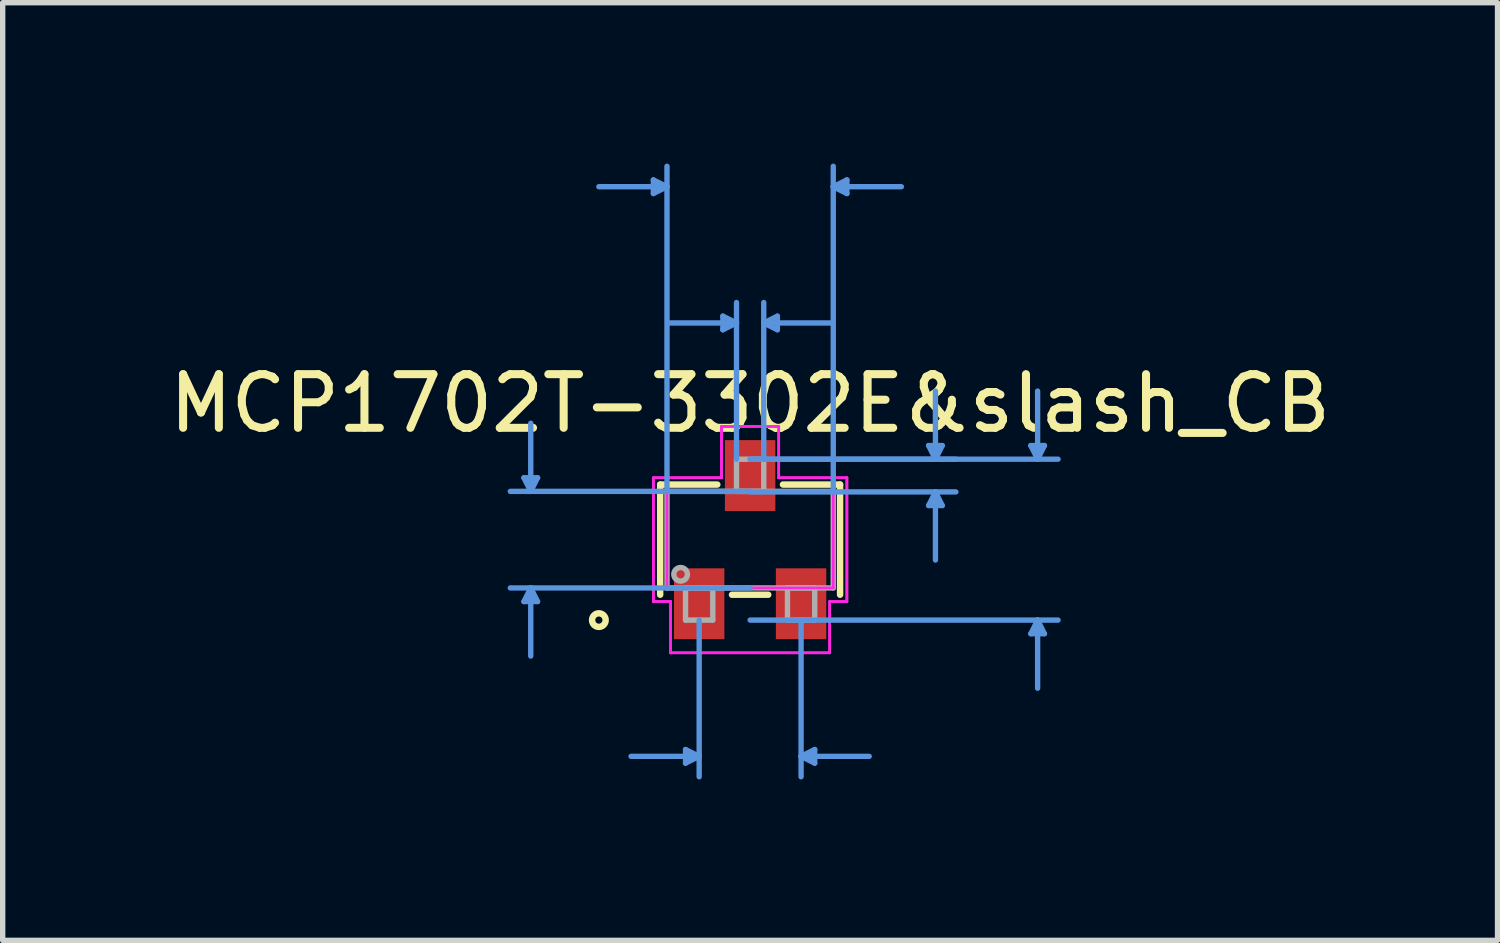
<source format=kicad_pcb>
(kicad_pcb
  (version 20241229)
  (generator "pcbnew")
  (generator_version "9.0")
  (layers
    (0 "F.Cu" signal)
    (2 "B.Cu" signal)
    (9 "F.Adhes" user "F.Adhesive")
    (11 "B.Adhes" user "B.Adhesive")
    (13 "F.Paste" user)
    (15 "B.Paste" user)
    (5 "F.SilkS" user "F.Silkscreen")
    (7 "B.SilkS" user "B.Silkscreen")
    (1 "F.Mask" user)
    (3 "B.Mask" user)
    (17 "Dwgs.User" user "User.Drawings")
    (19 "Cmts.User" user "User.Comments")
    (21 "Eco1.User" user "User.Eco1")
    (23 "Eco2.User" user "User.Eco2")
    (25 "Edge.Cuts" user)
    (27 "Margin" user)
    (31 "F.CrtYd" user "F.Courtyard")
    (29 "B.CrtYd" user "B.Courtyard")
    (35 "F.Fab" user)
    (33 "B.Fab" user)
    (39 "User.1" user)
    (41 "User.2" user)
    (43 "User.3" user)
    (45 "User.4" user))
  (footprint "MCP1702T-3302E&slash_CB"
    (layer "F.Cu")
    (at 10.935 7.011)
    (property "Reference" "MCP1702T-3302E&slash_CB" (at 0 -2.54 0) (layer "F.SilkS") (effects (font (size 1 1) (thickness 0.15))))
    (attr through_hole)
    (fp_line (start -1.677 -1.027) (end -1.677 1.027) (stroke (width 0.12) (type solid)) (layer "F.SilkS"))
    (fp_line (start -0.612 -1.027) (end -1.677 -1.027) (stroke (width 0.12) (type solid)) (layer "F.SilkS"))
    (fp_line (start -0.338 1.027) (end 0.338 1.027) (stroke (width 0.12) (type solid)) (layer "F.SilkS"))
    (fp_line (start 1.677 -1.027) (end 0.612 -1.027) (stroke (width 0.12) (type solid)) (layer "F.SilkS"))
    (fp_line (start 1.677 1.027) (end 1.677 -1.027) (stroke (width 0.12) (type solid)) (layer "F.SilkS"))
    (fp_circle (center -2.82 1.5) (end -2.693 1.5) (stroke (width 0.12) (type solid)) (fill no) (layer "F.SilkS"))
    (fp_line (start -4.217 -1.154) (end -3.963 -1.154) (stroke (width 0.1) (type solid)) (layer "Cmts.User"))
    (fp_line (start -4.217 1.154) (end -3.963 1.154) (stroke (width 0.1) (type solid)) (layer "Cmts.User"))
    (fp_line (start -4.09 -0.9) (end -4.217 -1.154) (stroke (width 0.1) (type solid)) (layer "Cmts.User"))
    (fp_line (start -4.09 -0.9) (end -4.09 -2.17) (stroke (width 0.1) (type solid)) (layer "Cmts.User"))
    (fp_line (start -4.09 -0.9) (end -3.963 -1.154) (stroke (width 0.1) (type solid)) (layer "Cmts.User"))
    (fp_line (start -4.09 0.9) (end -4.217 1.154) (stroke (width 0.1) (type solid)) (layer "Cmts.User"))
    (fp_line (start -4.09 0.9) (end -4.09 2.17) (stroke (width 0.1) (type solid)) (layer "Cmts.User"))
    (fp_line (start -4.09 0.9) (end -3.963 1.154) (stroke (width 0.1) (type solid)) (layer "Cmts.User"))
    (fp_line (start -1.804 -6.707) (end -1.804 -6.453) (stroke (width 0.1) (type solid)) (layer "Cmts.User"))
    (fp_line (start -1.55 -6.58) (end -2.82 -6.58) (stroke (width 0.1) (type solid)) (layer "Cmts.User"))
    (fp_line (start -1.55 -6.58) (end -1.804 -6.707) (stroke (width 0.1) (type solid)) (layer "Cmts.User"))
    (fp_line (start -1.55 -6.58) (end -1.804 -6.453) (stroke (width 0.1) (type solid)) (layer "Cmts.User"))
    (fp_line (start -1.55 -0.9) (end -1.55 -6.961) (stroke (width 0.1) (type solid)) (layer "Cmts.User"))
    (fp_line (start -1.204 3.913) (end -1.204 4.167) (stroke (width 0.1) (type solid)) (layer "Cmts.User"))
    (fp_line (start -0.95 1.5) (end -0.95 4.421) (stroke (width 0.1) (type solid)) (layer "Cmts.User"))
    (fp_line (start -0.95 4.04) (end -2.22 4.04) (stroke (width 0.1) (type solid)) (layer "Cmts.User"))
    (fp_line (start -0.95 4.04) (end -1.204 3.913) (stroke (width 0.1) (type solid)) (layer "Cmts.User"))
    (fp_line (start -0.95 4.04) (end -1.204 4.167) (stroke (width 0.1) (type solid)) (layer "Cmts.User"))
    (fp_line (start -0.508 -4.167) (end -0.508 -3.913) (stroke (width 0.1) (type solid)) (layer "Cmts.User"))
    (fp_line (start -0.254 -4.04) (end -1.524 -4.04) (stroke (width 0.1) (type solid)) (layer "Cmts.User"))
    (fp_line (start -0.254 -4.04) (end -0.508 -4.167) (stroke (width 0.1) (type solid)) (layer "Cmts.User"))
    (fp_line (start -0.254 -4.04) (end -0.508 -3.913) (stroke (width 0.1) (type solid)) (layer "Cmts.User"))
    (fp_line (start -0.254 -1.5) (end -0.254 -4.421) (stroke (width 0.1) (type solid)) (layer "Cmts.User"))
    (fp_line (start 0 -1.5) (end 3.836 -1.5) (stroke (width 0.1) (type solid)) (layer "Cmts.User"))
    (fp_line (start 0 -1.5) (end 5.741 -1.5) (stroke (width 0.1) (type solid)) (layer "Cmts.User"))
    (fp_line (start 0 -0.9) (end -4.471 -0.9) (stroke (width 0.1) (type solid)) (layer "Cmts.User"))
    (fp_line (start 0 -0.89) (end 3.836 -0.89) (stroke (width 0.1) (type solid)) (layer "Cmts.User"))
    (fp_line (start 0 0.9) (end -4.471 0.9) (stroke (width 0.1) (type solid)) (layer "Cmts.User"))
    (fp_line (start 0 1.5) (end 5.741 1.5) (stroke (width 0.1) (type solid)) (layer "Cmts.User"))
    (fp_line (start 0.254 -4.04) (end 0.508 -4.167) (stroke (width 0.1) (type solid)) (layer "Cmts.User"))
    (fp_line (start 0.254 -4.04) (end 0.508 -3.913) (stroke (width 0.1) (type solid)) (layer "Cmts.User"))
    (fp_line (start 0.254 -4.04) (end 1.524 -4.04) (stroke (width 0.1) (type solid)) (layer "Cmts.User"))
    (fp_line (start 0.254 -1.5) (end 0.254 -4.421) (stroke (width 0.1) (type solid)) (layer "Cmts.User"))
    (fp_line (start 0.508 -4.167) (end 0.508 -3.913) (stroke (width 0.1) (type solid)) (layer "Cmts.User"))
    (fp_line (start 0.95 1.5) (end 0.95 4.421) (stroke (width 0.1) (type solid)) (layer "Cmts.User"))
    (fp_line (start 0.95 4.04) (end 1.204 3.913) (stroke (width 0.1) (type solid)) (layer "Cmts.User"))
    (fp_line (start 0.95 4.04) (end 1.204 4.167) (stroke (width 0.1) (type solid)) (layer "Cmts.User"))
    (fp_line (start 0.95 4.04) (end 2.22 4.04) (stroke (width 0.1) (type solid)) (layer "Cmts.User"))
    (fp_line (start 1.204 3.913) (end 1.204 4.167) (stroke (width 0.1) (type solid)) (layer "Cmts.User"))
    (fp_line (start 1.55 -6.58) (end 1.804 -6.707) (stroke (width 0.1) (type solid)) (layer "Cmts.User"))
    (fp_line (start 1.55 -6.58) (end 1.804 -6.453) (stroke (width 0.1) (type solid)) (layer "Cmts.User"))
    (fp_line (start 1.55 -6.58) (end 2.82 -6.58) (stroke (width 0.1) (type solid)) (layer "Cmts.User"))
    (fp_line (start 1.55 -0.9) (end 1.55 -6.961) (stroke (width 0.1) (type solid)) (layer "Cmts.User"))
    (fp_line (start 1.804 -6.707) (end 1.804 -6.453) (stroke (width 0.1) (type solid)) (layer "Cmts.User"))
    (fp_line (start 3.328 -1.754) (end 3.582 -1.754) (stroke (width 0.1) (type solid)) (layer "Cmts.User"))
    (fp_line (start 3.328 -0.636) (end 3.582 -0.636) (stroke (width 0.1) (type solid)) (layer "Cmts.User"))
    (fp_line (start 3.455 -1.5) (end 3.328 -1.754) (stroke (width 0.1) (type solid)) (layer "Cmts.User"))
    (fp_line (start 3.455 -1.5) (end 3.455 -2.77) (stroke (width 0.1) (type solid)) (layer "Cmts.User"))
    (fp_line (start 3.455 -1.5) (end 3.582 -1.754) (stroke (width 0.1) (type solid)) (layer "Cmts.User"))
    (fp_line (start 3.455 -0.89) (end 3.328 -0.636) (stroke (width 0.1) (type solid)) (layer "Cmts.User"))
    (fp_line (start 3.455 -0.89) (end 3.455 0.38) (stroke (width 0.1) (type solid)) (layer "Cmts.User"))
    (fp_line (start 3.455 -0.89) (end 3.582 -0.636) (stroke (width 0.1) (type solid)) (layer "Cmts.User"))
    (fp_line (start 5.233 -1.754) (end 5.487 -1.754) (stroke (width 0.1) (type solid)) (layer "Cmts.User"))
    (fp_line (start 5.233 1.754) (end 5.487 1.754) (stroke (width 0.1) (type solid)) (layer "Cmts.User"))
    (fp_line (start 5.36 -1.5) (end 5.233 -1.754) (stroke (width 0.1) (type solid)) (layer "Cmts.User"))
    (fp_line (start 5.36 -1.5) (end 5.36 -2.77) (stroke (width 0.1) (type solid)) (layer "Cmts.User"))
    (fp_line (start 5.36 -1.5) (end 5.487 -1.754) (stroke (width 0.1) (type solid)) (layer "Cmts.User"))
    (fp_line (start 5.36 1.5) (end 5.233 1.754) (stroke (width 0.1) (type solid)) (layer "Cmts.User"))
    (fp_line (start 5.36 1.5) (end 5.36 2.77) (stroke (width 0.1) (type solid)) (layer "Cmts.User"))
    (fp_line (start 5.36 1.5) (end 5.487 1.754) (stroke (width 0.1) (type solid)) (layer "Cmts.User"))
    (fp_line (start -1.804 -1.154) (end -0.533 -1.154) (stroke (width 0.05) (type solid)) (layer "F.CrtYd"))
    (fp_line (start -1.804 -1.154) (end -0.533 -1.154) (stroke (width 0.05) (type solid)) (layer "F.CrtYd"))
    (fp_line (start -1.804 1.154) (end -1.804 -1.154) (stroke (width 0.05) (type solid)) (layer "F.CrtYd"))
    (fp_line (start -1.804 1.154) (end -1.804 -1.154) (stroke (width 0.05) (type solid)) (layer "F.CrtYd"))
    (fp_line (start -1.804 1.154) (end -1.483 1.154) (stroke (width 0.05) (type solid)) (layer "F.CrtYd"))
    (fp_line (start -1.55 -0.9) (end 1.55 -0.9) (stroke (width 0.05) (type solid)) (layer "F.CrtYd"))
    (fp_line (start -1.55 0.9) (end -1.55 -0.9) (stroke (width 0.05) (type solid)) (layer "F.CrtYd"))
    (fp_line (start -1.483 1.154) (end -1.804 1.154) (stroke (width 0.05) (type solid)) (layer "F.CrtYd"))
    (fp_line (start -1.483 1.154) (end -1.483 2.11) (stroke (width 0.05) (type solid)) (layer "F.CrtYd"))
    (fp_line (start -1.483 2.11) (end -1.483 1.154) (stroke (width 0.05) (type solid)) (layer "F.CrtYd"))
    (fp_line (start -1.483 2.11) (end 1.483 2.11) (stroke (width 0.05) (type solid)) (layer "F.CrtYd"))
    (fp_line (start -0.533 -2.11) (end 0.533 -2.11) (stroke (width 0.05) (type solid)) (layer "F.CrtYd"))
    (fp_line (start -0.533 -2.11) (end 0.533 -2.11) (stroke (width 0.05) (type solid)) (layer "F.CrtYd"))
    (fp_line (start -0.533 -1.154) (end -0.533 -2.11) (stroke (width 0.05) (type solid)) (layer "F.CrtYd"))
    (fp_line (start -0.533 -1.154) (end -0.533 -2.11) (stroke (width 0.05) (type solid)) (layer "F.CrtYd"))
    (fp_line (start 0.533 -2.11) (end 0.533 -1.154) (stroke (width 0.05) (type solid)) (layer "F.CrtYd"))
    (fp_line (start 0.533 -1.154) (end 0.533 -2.11) (stroke (width 0.05) (type solid)) (layer "F.CrtYd"))
    (fp_line (start 0.533 -1.154) (end 1.804 -1.154) (stroke (width 0.05) (type solid)) (layer "F.CrtYd"))
    (fp_line (start 1.483 1.154) (end 1.483 2.11) (stroke (width 0.05) (type solid)) (layer "F.CrtYd"))
    (fp_line (start 1.483 1.154) (end 1.483 2.11) (stroke (width 0.05) (type solid)) (layer "F.CrtYd"))
    (fp_line (start 1.483 2.11) (end -1.483 2.11) (stroke (width 0.05) (type solid)) (layer "F.CrtYd"))
    (fp_line (start 1.55 -0.9) (end 1.55 0.9) (stroke (width 0.05) (type solid)) (layer "F.CrtYd"))
    (fp_line (start 1.55 0.9) (end -1.55 0.9) (stroke (width 0.05) (type solid)) (layer "F.CrtYd"))
    (fp_line (start 1.804 -1.154) (end 0.533 -1.154) (stroke (width 0.05) (type solid)) (layer "F.CrtYd"))
    (fp_line (start 1.804 -1.154) (end 1.804 1.154) (stroke (width 0.05) (type solid)) (layer "F.CrtYd"))
    (fp_line (start 1.804 -1.154) (end 1.804 1.154) (stroke (width 0.05) (type solid)) (layer "F.CrtYd"))
    (fp_line (start 1.804 1.154) (end 1.483 1.154) (stroke (width 0.05) (type solid)) (layer "F.CrtYd"))
    (fp_line (start 1.804 1.154) (end 1.483 1.154) (stroke (width 0.05) (type solid)) (layer "F.CrtYd"))
    (fp_line (start -1.55 -0.9) (end -1.55 0.9) (stroke (width 0.1) (type solid)) (layer "F.Fab"))
    (fp_line (start -1.55 0.9) (end 1.55 0.9) (stroke (width 0.1) (type solid)) (layer "F.Fab"))
    (fp_line (start -1.204 0.9) (end -1.204 1.5) (stroke (width 0.1) (type solid)) (layer "F.Fab"))
    (fp_line (start -1.204 1.5) (end -0.696 1.5) (stroke (width 0.1) (type solid)) (layer "F.Fab"))
    (fp_line (start -0.696 0.9) (end -1.204 0.9) (stroke (width 0.1) (type solid)) (layer "F.Fab"))
    (fp_line (start -0.696 1.5) (end -0.696 0.9) (stroke (width 0.1) (type solid)) (layer "F.Fab"))
    (fp_line (start -0.254 -1.5) (end -0.254 -0.9) (stroke (width 0.1) (type solid)) (layer "F.Fab"))
    (fp_line (start -0.254 -0.9) (end 0.254 -0.9) (stroke (width 0.1) (type solid)) (layer "F.Fab"))
    (fp_line (start 0.254 -1.5) (end -0.254 -1.5) (stroke (width 0.1) (type solid)) (layer "F.Fab"))
    (fp_line (start 0.254 -0.9) (end 0.254 -1.5) (stroke (width 0.1) (type solid)) (layer "F.Fab"))
    (fp_line (start 0.696 0.9) (end 0.696 1.5) (stroke (width 0.1) (type solid)) (layer "F.Fab"))
    (fp_line (start 0.696 1.5) (end 1.204 1.5) (stroke (width 0.1) (type solid)) (layer "F.Fab"))
    (fp_line (start 1.204 0.9) (end 0.696 0.9) (stroke (width 0.1) (type solid)) (layer "F.Fab"))
    (fp_line (start 1.204 1.5) (end 1.204 0.9) (stroke (width 0.1) (type solid)) (layer "F.Fab"))
    (fp_line (start 1.55 -0.9) (end -1.55 -0.9) (stroke (width 0.1) (type solid)) (layer "F.Fab"))
    (fp_line (start 1.55 0.9) (end 1.55 -0.9) (stroke (width 0.1) (type solid)) (layer "F.Fab"))
    (fp_circle (center -1.296 0.646) (end -1.169 0.646) (stroke (width 0.1) (type solid)) (fill no) (layer "F.Fab"))
    (pad "1" smd rect (at -0.95 1.195) (size 0.94 1.321) (layers "F.Cu" "F.Mask" "F.Paste"))
    (pad "2" smd rect (at 0.95 1.195) (size 0.94 1.321) (layers "F.Cu" "F.Mask" "F.Paste"))
    (pad "3" smd rect (at 0 -1.195) (size 0.94 1.321) (layers "F.Cu" "F.Mask" "F.Paste")))
  (gr_rect
    (start -3 -3)
    (end 24.869 14.482)
    (stroke (width 0.1) (type default))
    (fill no)
    (layer "Edge.Cuts")))
</source>
